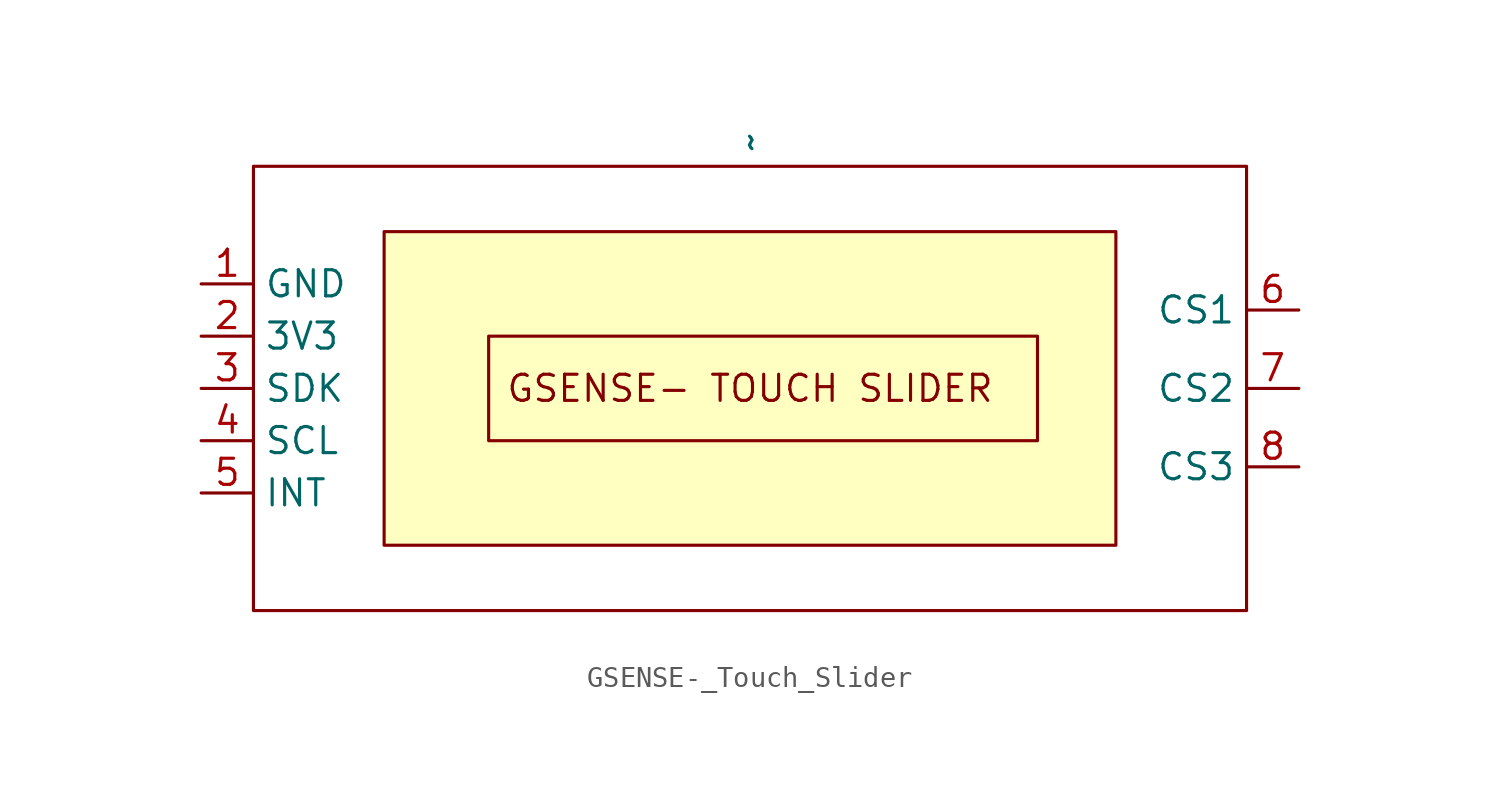
<source format=kicad_sym>
(kicad_symbol_lib
  (version 20241209)
  (generator "kicad_symbol_editor")
  (generator_version "9.0")
  (symbol "GSENSE-_Touch_Slider"
    (property "Reference" "U11"
      (at -58.928 -10.414 0)
      (effects (font (size 1.27 1.27)) (hide yes)))
    (property "Value" "~"
      (at 0 11.43 90)
      (effects (font (size 1.27 1.27)) (justify left)))
    (symbol "GSENSE-_Touch_Slider_0_1"
      (rectangle (start -24.13 10.795) (end 24.13 -10.795) (stroke (width 0) (type default)) (fill (type none))))
    (symbol "GSENSE-_Touch_Slider_1_1"
      (rectangle (start -17.78 7.62) (end 17.78 -7.62) (stroke (width 0) (type solid)) (fill (type background)))
      (rectangle (start -12.7 2.54) (end 13.97 -2.54) (stroke (width 0) (type default)) (fill (type none)))
      (text "GSENSE- TOUCH SLIDER\n" (at 0 0 0) (effects (font (size 1.27 1.27))))
      (pin power_in line (at -26.67 5.08 0) (length 2.54) (name "GND" (effects (font (size 1.27 1.27)))) (number "1" (effects (font (size 1.27 1.27)))))
      (pin power_in line (at -26.67 2.54 0) (length 2.54) (name "3V3" (effects (font (size 1.27 1.27)))) (number "2" (effects (font (size 1.27 1.27)))))
      (pin bidirectional line (at -26.67 0 0) (length 2.54) (name "SDK" (effects (font (size 1.27 1.27)))) (number "3" (effects (font (size 1.27 1.27)))))
      (pin bidirectional line (at -26.67 -2.54 0) (length 2.54) (name "SCL" (effects (font (size 1.27 1.27)))) (number "4" (effects (font (size 1.27 1.27)))))
      (pin bidirectional line (at -26.67 -5.08 0) (length 2.54) (name "INT" (effects (font (size 1.27 1.27)))) (number "5" (effects (font (size 1.27 1.27)))))
      (pin bidirectional line (at 26.67 3.81 180) (length 2.54) (name "CS1" (effects (font (size 1.27 1.27)))) (number "6" (effects (font (size 1.27 1.27)))))
      (pin bidirectional line (at 26.67 0 180) (length 2.54) (name "CS2" (effects (font (size 1.27 1.27)))) (number "7" (effects (font (size 1.27 1.27)))))
      (pin bidirectional line (at 26.67 -3.81 180) (length 2.54) (name "CS3" (effects (font (size 1.27 1.27)))) (number "8" (effects (font (size 1.27 1.27))))))))
</source>
